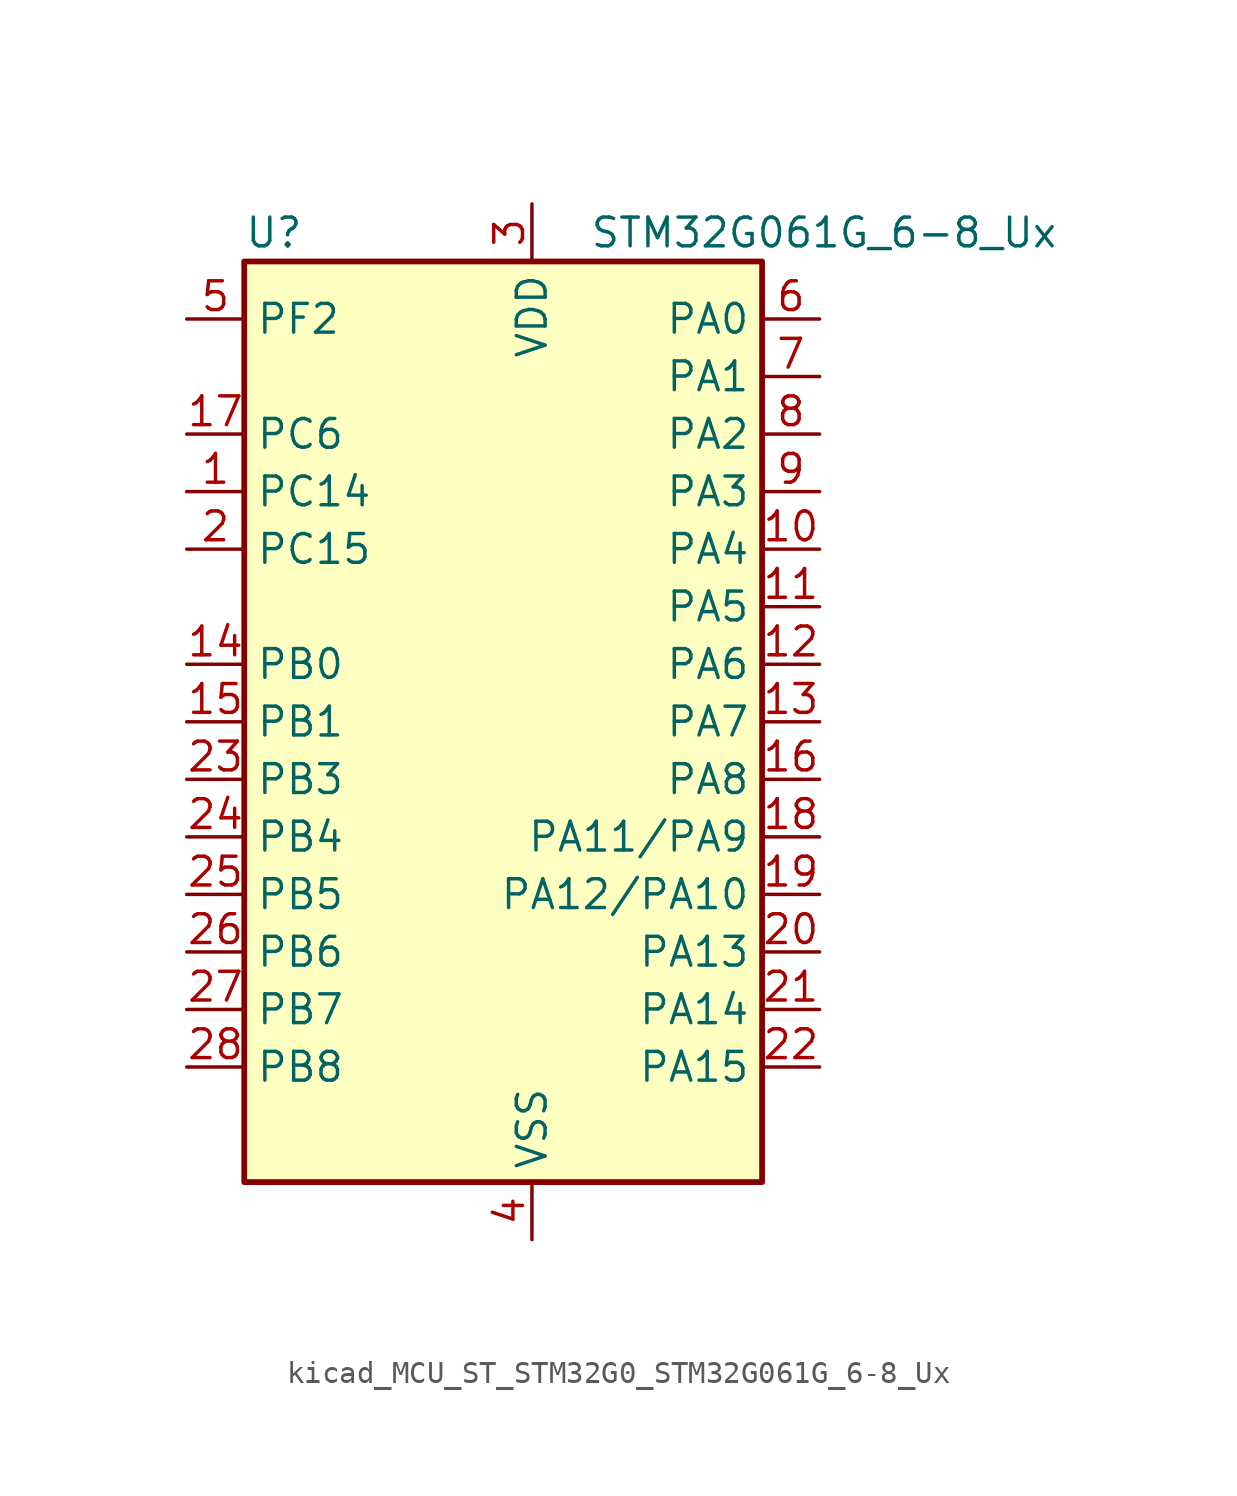
<source format=kicad_sym>
(kicad_symbol_lib
  (version 20220914)
  (generator kicad_symbol_editor)
  (symbol "kicad_MCU_ST_STM32G0_STM32G061G_6-8_Ux"
    (property "Reference" "U"
      (at -10.16 21.59 0)
      (effects (font (size 1.27 1.27)) (justify left)))
    (property "Value" "STM32G061G_6-8_Ux"
      (at 5.08 21.59 0)
      (effects (font (size 1.27 1.27)) (justify left)))
    (property "ki_locked" ""
      (at 0 0 0)
      (effects (font (size 1.27 1.27))))
    (symbol "kicad_MCU_ST_STM32G0_STM32G061G_6-8_Ux_0_1"
      (rectangle (start -10.16 -20.32) (end 12.7 20.32) (stroke (width 0.254) (type default)) (fill (type background))))
    (symbol "kicad_MCU_ST_STM32G0_STM32G061G_6-8_Ux_1_1"
      (pin bidirectional line (at -12.7 10.16 0) (length 2.54) (name "PC14" (effects (font (size 1.27 1.27)))) (number "1" (effects (font (size 1.27 1.27)))) (alternate "RCC_OSC32_IN" bidirectional line) (alternate "RCC_OSC_IN" bidirectional line) (alternate "TIM1_BK2" bidirectional line))
      (pin bidirectional line (at 15.24 7.62 180) (length 2.54) (name "PA4" (effects (font (size 1.27 1.27)))) (number "10" (effects (font (size 1.27 1.27)))) (alternate "ADC1_IN4" bidirectional line) (alternate "DAC1_OUT1" bidirectional line) (alternate "I2S1_WS" bidirectional line) (alternate "LPTIM2_OUT" bidirectional line) (alternate "RTC_OUT1" bidirectional line) (alternate "RTC_TAMP_IN1" bidirectional line) (alternate "RTC_TS" bidirectional line) (alternate "SPI1_NSS" bidirectional line) (alternate "SPI2_MOSI" bidirectional line) (alternate "SYS_WKUP2" bidirectional line) (alternate "TIM14_CH1" bidirectional line))
      (pin bidirectional line (at 15.24 5.08 180) (length 2.54) (name "PA5" (effects (font (size 1.27 1.27)))) (number "11" (effects (font (size 1.27 1.27)))) (alternate "ADC1_IN5" bidirectional line) (alternate "DAC1_OUT2" bidirectional line) (alternate "I2S1_CK" bidirectional line) (alternate "LPTIM2_ETR" bidirectional line) (alternate "SPI1_SCK" bidirectional line) (alternate "TIM2_CH1" bidirectional line) (alternate "TIM2_ETR" bidirectional line))
      (pin bidirectional line (at 15.24 2.54 180) (length 2.54) (name "PA6" (effects (font (size 1.27 1.27)))) (number "12" (effects (font (size 1.27 1.27)))) (alternate "ADC1_IN6" bidirectional line) (alternate "COMP1_OUT" bidirectional line) (alternate "I2S1_MCK" bidirectional line) (alternate "LPUART1_CTS" bidirectional line) (alternate "SPI1_MISO" bidirectional line) (alternate "TIM16_CH1" bidirectional line) (alternate "TIM1_BK" bidirectional line) (alternate "TIM3_CH1" bidirectional line))
      (pin bidirectional line (at 15.24 0 180) (length 2.54) (name "PA7" (effects (font (size 1.27 1.27)))) (number "13" (effects (font (size 1.27 1.27)))) (alternate "ADC1_IN7" bidirectional line) (alternate "COMP2_OUT" bidirectional line) (alternate "I2S1_SD" bidirectional line) (alternate "SPI1_MOSI" bidirectional line) (alternate "TIM14_CH1" bidirectional line) (alternate "TIM17_CH1" bidirectional line) (alternate "TIM1_CH1N" bidirectional line) (alternate "TIM3_CH2" bidirectional line))
      (pin bidirectional line (at -12.7 2.54 0) (length 2.54) (name "PB0" (effects (font (size 1.27 1.27)))) (number "14" (effects (font (size 1.27 1.27)))) (alternate "ADC1_IN8" bidirectional line) (alternate "COMP1_OUT" bidirectional line) (alternate "I2S1_WS" bidirectional line) (alternate "LPTIM1_OUT" bidirectional line) (alternate "SPI1_NSS" bidirectional line) (alternate "TIM1_CH2N" bidirectional line) (alternate "TIM3_CH3" bidirectional line))
      (pin bidirectional line (at -12.7 0 0) (length 2.54) (name "PB1" (effects (font (size 1.27 1.27)))) (number "15" (effects (font (size 1.27 1.27)))) (alternate "ADC1_IN9" bidirectional line) (alternate "COMP1_INM" bidirectional line) (alternate "LPTIM2_IN1" bidirectional line) (alternate "LPUART1_DE" bidirectional line) (alternate "LPUART1_RTS" bidirectional line) (alternate "TIM14_CH1" bidirectional line) (alternate "TIM1_CH3N" bidirectional line) (alternate "TIM3_CH4" bidirectional line))
      (pin bidirectional line (at 15.24 -2.54 180) (length 2.54) (name "PA8" (effects (font (size 1.27 1.27)))) (number "16" (effects (font (size 1.27 1.27)))) (alternate "LPTIM2_OUT" bidirectional line) (alternate "RCC_MCO" bidirectional line) (alternate "SPI2_NSS" bidirectional line) (alternate "TIM1_CH1" bidirectional line))
      (pin bidirectional line (at -12.7 12.7 0) (length 2.54) (name "PC6" (effects (font (size 1.27 1.27)))) (number "17" (effects (font (size 1.27 1.27)))) (alternate "TIM2_CH3" bidirectional line) (alternate "TIM3_CH1" bidirectional line))
      (pin bidirectional line (at 15.24 -5.08 180) (length 2.54) (name "PA11/PA9" (effects (font (size 1.27 1.27)))) (number "18" (effects (font (size 1.27 1.27)))) (alternate "ADC1_EXTI11" bidirectional line) (alternate "ADC1_IN15" bidirectional line) (alternate "COMP1_OUT" bidirectional line) (alternate "I2C2_SCL" bidirectional line) (alternate "I2S1_MCK" bidirectional line) (alternate "SPI1_MISO" bidirectional line) (alternate "TIM1_BK2" bidirectional line) (alternate "TIM1_CH4" bidirectional line) (alternate "USART1_CTS" bidirectional line) (alternate "USART1_NSS" bidirectional line))
      (pin bidirectional line (at 15.24 -7.62 180) (length 2.54) (name "PA12/PA10" (effects (font (size 1.27 1.27)))) (number "19" (effects (font (size 1.27 1.27)))) (alternate "ADC1_IN16" bidirectional line) (alternate "COMP2_OUT" bidirectional line) (alternate "I2C2_SDA" bidirectional line) (alternate "I2S1_SD" bidirectional line) (alternate "I2S_CKIN" bidirectional line) (alternate "SPI1_MOSI" bidirectional line) (alternate "TIM1_ETR" bidirectional line) (alternate "USART1_CK" bidirectional line) (alternate "USART1_DE" bidirectional line) (alternate "USART1_RTS" bidirectional line))
      (pin bidirectional line (at -12.7 7.62 0) (length 2.54) (name "PC15" (effects (font (size 1.27 1.27)))) (number "2" (effects (font (size 1.27 1.27)))) (alternate "RCC_OSC32_EN" bidirectional line) (alternate "RCC_OSC32_OUT" bidirectional line) (alternate "RCC_OSC_EN" bidirectional line) (alternate "TIM15_BK" bidirectional line))
      (pin bidirectional line (at 15.24 -10.16 180) (length 2.54) (name "PA13" (effects (font (size 1.27 1.27)))) (number "20" (effects (font (size 1.27 1.27)))) (alternate "ADC1_IN17" bidirectional line) (alternate "IR_OUT" bidirectional line) (alternate "SYS_SWDIO" bidirectional line))
      (pin bidirectional line (at 15.24 -12.7 180) (length 2.54) (name "PA14" (effects (font (size 1.27 1.27)))) (number "21" (effects (font (size 1.27 1.27)))) (alternate "ADC1_IN18" bidirectional line) (alternate "SYS_SWCLK" bidirectional line) (alternate "USART2_TX" bidirectional line))
      (pin bidirectional line (at 15.24 -15.24 180) (length 2.54) (name "PA15" (effects (font (size 1.27 1.27)))) (number "22" (effects (font (size 1.27 1.27)))) (alternate "I2S1_WS" bidirectional line) (alternate "SPI1_NSS" bidirectional line) (alternate "TIM2_CH1" bidirectional line) (alternate "TIM2_ETR" bidirectional line) (alternate "USART2_RX" bidirectional line))
      (pin bidirectional line (at -12.7 -2.54 0) (length 2.54) (name "PB3" (effects (font (size 1.27 1.27)))) (number "23" (effects (font (size 1.27 1.27)))) (alternate "COMP2_INM" bidirectional line) (alternate "I2S1_CK" bidirectional line) (alternate "SPI1_SCK" bidirectional line) (alternate "TIM1_CH2" bidirectional line) (alternate "TIM2_CH2" bidirectional line) (alternate "USART1_CK" bidirectional line) (alternate "USART1_DE" bidirectional line) (alternate "USART1_RTS" bidirectional line))
      (pin bidirectional line (at -12.7 -5.08 0) (length 2.54) (name "PB4" (effects (font (size 1.27 1.27)))) (number "24" (effects (font (size 1.27 1.27)))) (alternate "COMP2_INP" bidirectional line) (alternate "I2S1_MCK" bidirectional line) (alternate "SPI1_MISO" bidirectional line) (alternate "TIM17_BK" bidirectional line) (alternate "TIM3_CH1" bidirectional line) (alternate "USART1_CTS" bidirectional line) (alternate "USART1_NSS" bidirectional line))
      (pin bidirectional line (at -12.7 -7.62 0) (length 2.54) (name "PB5" (effects (font (size 1.27 1.27)))) (number "25" (effects (font (size 1.27 1.27)))) (alternate "COMP2_OUT" bidirectional line) (alternate "I2C1_SMBA" bidirectional line) (alternate "I2S1_SD" bidirectional line) (alternate "LPTIM1_IN1" bidirectional line) (alternate "SPI1_MOSI" bidirectional line) (alternate "SYS_WKUP6" bidirectional line) (alternate "TIM16_BK" bidirectional line) (alternate "TIM3_CH2" bidirectional line))
      (pin bidirectional line (at -12.7 -10.16 0) (length 2.54) (name "PB6" (effects (font (size 1.27 1.27)))) (number "26" (effects (font (size 1.27 1.27)))) (alternate "COMP2_INP" bidirectional line) (alternate "I2C1_SCL" bidirectional line) (alternate "LPTIM1_ETR" bidirectional line) (alternate "SPI2_MISO" bidirectional line) (alternate "TIM16_CH1N" bidirectional line) (alternate "TIM1_CH3" bidirectional line) (alternate "USART1_TX" bidirectional line))
      (pin bidirectional line (at -12.7 -12.7 0) (length 2.54) (name "PB7" (effects (font (size 1.27 1.27)))) (number "27" (effects (font (size 1.27 1.27)))) (alternate "ADC1_IN11" bidirectional line) (alternate "COMP2_INM" bidirectional line) (alternate "I2C1_SDA" bidirectional line) (alternate "LPTIM1_IN2" bidirectional line) (alternate "SPI2_MOSI" bidirectional line) (alternate "SYS_PVD_IN" bidirectional line) (alternate "TIM17_CH1N" bidirectional line) (alternate "USART1_RX" bidirectional line))
      (pin bidirectional line (at -12.7 -15.24 0) (length 2.54) (name "PB8" (effects (font (size 1.27 1.27)))) (number "28" (effects (font (size 1.27 1.27)))) (alternate "I2C1_SCL" bidirectional line) (alternate "SPI2_SCK" bidirectional line) (alternate "TIM15_BK" bidirectional line) (alternate "TIM16_CH1" bidirectional line))
      (pin power_in line (at 2.54 22.86 270) (length 2.54) (name "VDD" (effects (font (size 1.27 1.27)))) (number "3" (effects (font (size 1.27 1.27)))))
      (pin power_in line (at 2.54 -22.86 90) (length 2.54) (name "VSS" (effects (font (size 1.27 1.27)))) (number "4" (effects (font (size 1.27 1.27)))))
      (pin bidirectional line (at -12.7 17.78 0) (length 2.54) (name "PF2" (effects (font (size 1.27 1.27)))) (number "5" (effects (font (size 1.27 1.27)))) (alternate "RCC_MCO" bidirectional line))
      (pin bidirectional line (at 15.24 17.78 180) (length 2.54) (name "PA0" (effects (font (size 1.27 1.27)))) (number "6" (effects (font (size 1.27 1.27)))) (alternate "ADC1_IN0" bidirectional line) (alternate "COMP1_INM" bidirectional line) (alternate "COMP1_OUT" bidirectional line) (alternate "LPTIM1_OUT" bidirectional line) (alternate "RTC_TAMP_IN2" bidirectional line) (alternate "SPI2_SCK" bidirectional line) (alternate "SYS_WKUP1" bidirectional line) (alternate "TIM2_CH1" bidirectional line) (alternate "TIM2_ETR" bidirectional line) (alternate "USART2_CTS" bidirectional line) (alternate "USART2_NSS" bidirectional line))
      (pin bidirectional line (at 15.24 15.24 180) (length 2.54) (name "PA1" (effects (font (size 1.27 1.27)))) (number "7" (effects (font (size 1.27 1.27)))) (alternate "ADC1_IN1" bidirectional line) (alternate "COMP1_INP" bidirectional line) (alternate "I2C1_SMBA" bidirectional line) (alternate "I2S1_CK" bidirectional line) (alternate "SPI1_SCK" bidirectional line) (alternate "TIM15_CH1N" bidirectional line) (alternate "TIM2_CH2" bidirectional line) (alternate "USART2_CK" bidirectional line) (alternate "USART2_DE" bidirectional line) (alternate "USART2_RTS" bidirectional line))
      (pin bidirectional line (at 15.24 12.7 180) (length 2.54) (name "PA2" (effects (font (size 1.27 1.27)))) (number "8" (effects (font (size 1.27 1.27)))) (alternate "ADC1_IN2" bidirectional line) (alternate "COMP2_INM" bidirectional line) (alternate "COMP2_OUT" bidirectional line) (alternate "I2S1_SD" bidirectional line) (alternate "LPUART1_TX" bidirectional line) (alternate "RCC_LSCO" bidirectional line) (alternate "SPI1_MOSI" bidirectional line) (alternate "SYS_WKUP4" bidirectional line) (alternate "TIM15_CH1" bidirectional line) (alternate "TIM2_CH3" bidirectional line) (alternate "USART2_TX" bidirectional line))
      (pin bidirectional line (at 15.24 10.16 180) (length 2.54) (name "PA3" (effects (font (size 1.27 1.27)))) (number "9" (effects (font (size 1.27 1.27)))) (alternate "ADC1_IN3" bidirectional line) (alternate "COMP2_INP" bidirectional line) (alternate "LPUART1_RX" bidirectional line) (alternate "SPI2_MISO" bidirectional line) (alternate "TIM15_CH2" bidirectional line) (alternate "TIM2_CH4" bidirectional line) (alternate "USART2_RX" bidirectional line)))))
</source>
